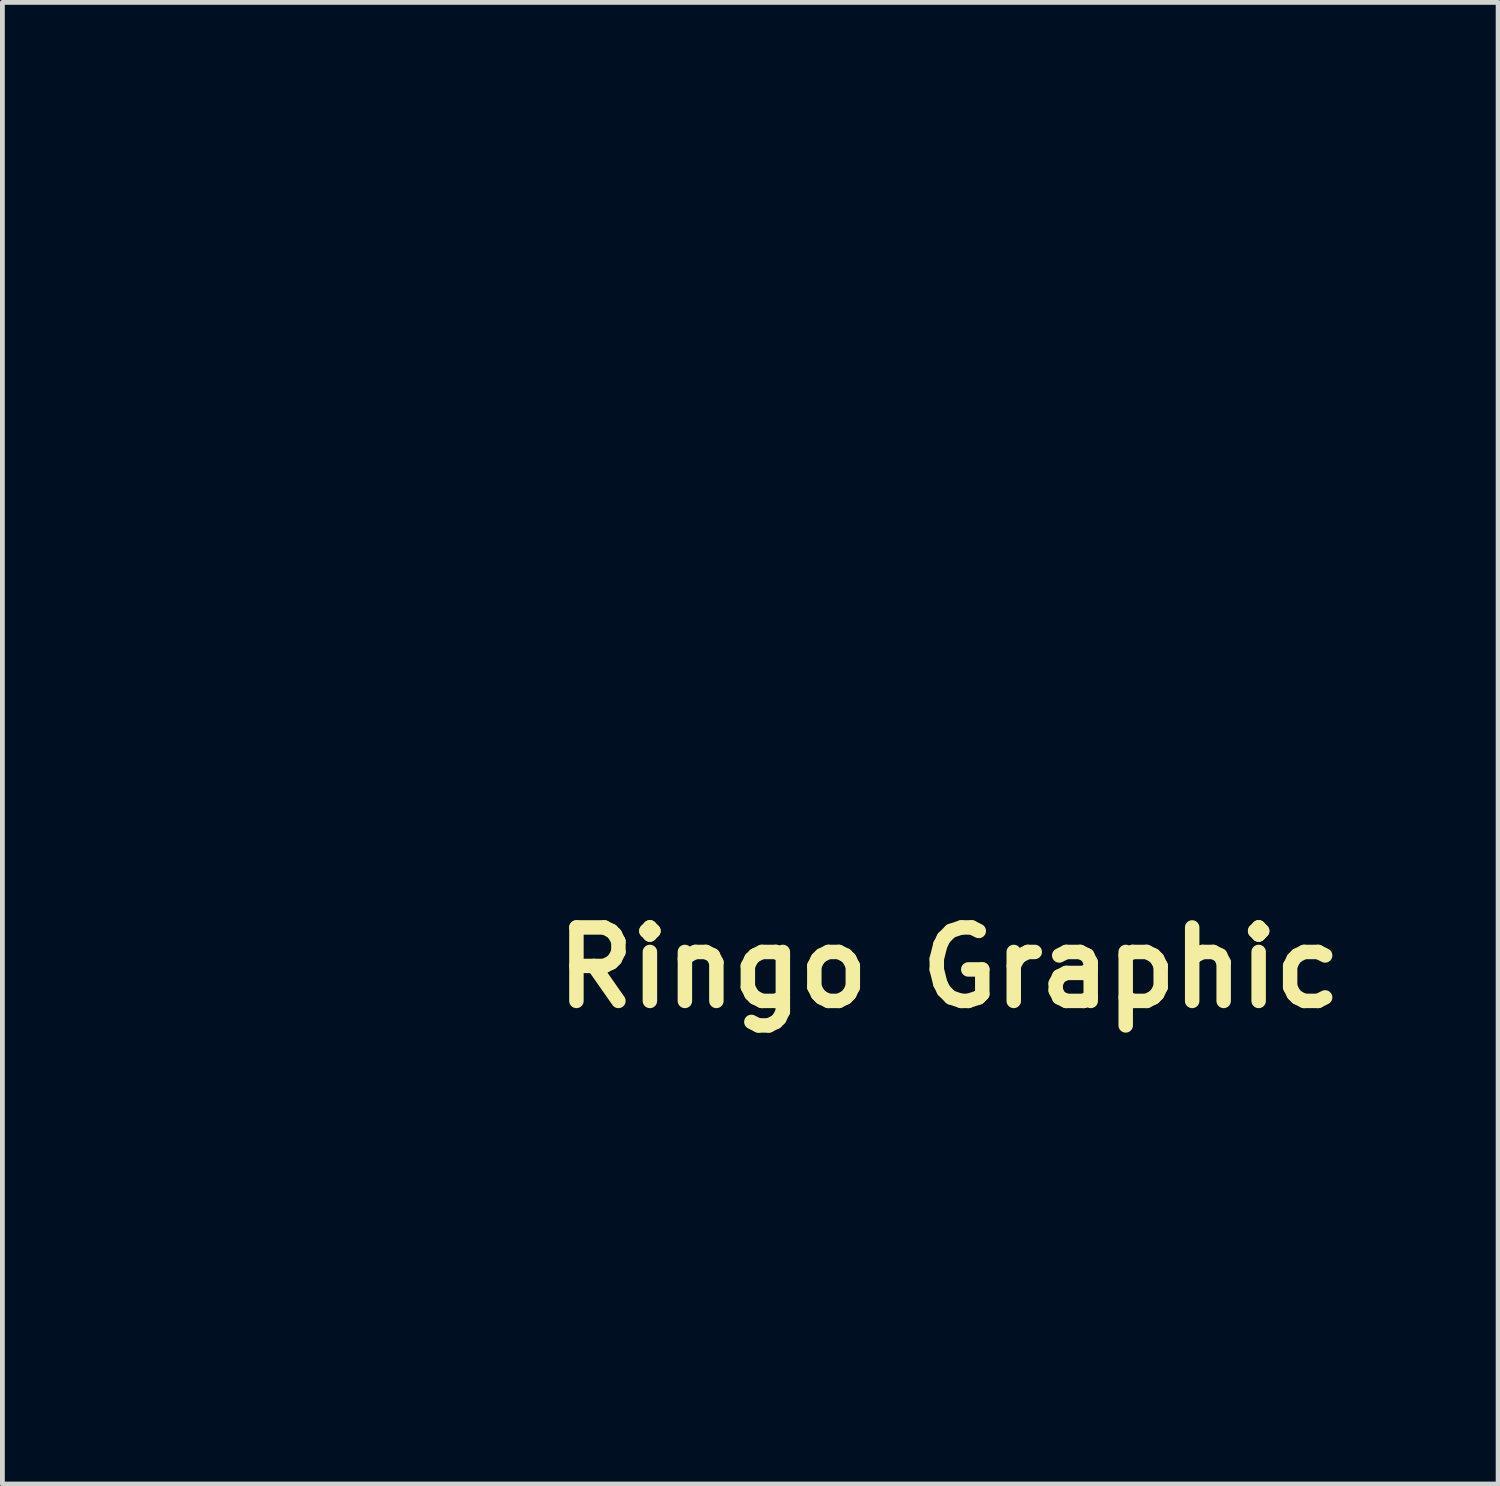
<source format=kicad_pcb>
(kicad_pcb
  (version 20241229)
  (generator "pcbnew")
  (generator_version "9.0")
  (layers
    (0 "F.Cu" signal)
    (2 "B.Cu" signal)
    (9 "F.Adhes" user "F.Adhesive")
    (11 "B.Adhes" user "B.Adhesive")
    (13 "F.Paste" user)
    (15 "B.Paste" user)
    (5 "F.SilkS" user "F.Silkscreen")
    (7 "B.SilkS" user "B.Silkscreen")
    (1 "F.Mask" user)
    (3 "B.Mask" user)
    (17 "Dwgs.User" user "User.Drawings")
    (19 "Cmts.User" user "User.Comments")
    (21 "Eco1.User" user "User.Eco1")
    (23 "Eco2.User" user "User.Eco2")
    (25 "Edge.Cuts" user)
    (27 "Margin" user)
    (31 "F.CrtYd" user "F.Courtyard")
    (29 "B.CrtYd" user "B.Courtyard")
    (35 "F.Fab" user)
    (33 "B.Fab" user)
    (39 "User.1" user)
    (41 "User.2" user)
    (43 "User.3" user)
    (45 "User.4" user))
  (footprint "Ringo Graphic"
    (layer "F.Cu")
    (at 16.636 17.023)
    (property "Reference" "Ringo Graphic" (at 0 0 0) (layer "F.SilkS") (effects (font (size 1.524 1.524) (thickness 0.3))))
    (attr through_hole)
    (fp_poly (pts (xy -13.887 -10.7) (xy -13.925 -10.026) (xy -13.953 -9.318) (xy -13.968 -8.699) (xy -13.969 -8.541) (xy -13.97 -7.62) (xy -14.73 -7.62) (xy -15.157 -7.63) (xy -15.394 -7.673) (xy -15.506 -7.773) (xy -15.547 -7.906) (xy -15.572 -8.131) (xy -15.602 -8.557) (xy -15.633 -9.129) (xy -15.662 -9.794) (xy -15.673 -10.065) (xy -15.741 -11.938) (xy -14.773 -11.938) (xy -13.805 -11.938) (xy -13.887 -10.7)) (stroke (width 0.01) (type solid)) (fill yes) (layer "F.Mask"))
    (fp_poly (pts (xy -15.323 -6.836) (xy -15.019 -6.739) (xy -14.711 -6.52) (xy -14.557 -6.384) (xy -14.034 -5.91) (xy -13.994 -6.384) (xy -13.951 -6.692) (xy -13.839 -6.826) (xy -13.576 -6.857) (xy -13.468 -6.858) (xy -12.981 -6.858) (xy -13.036 -5.239) (xy -13.063 -4.567) (xy -13.095 -3.935) (xy -13.127 -3.417) (xy -13.157 -3.082) (xy -13.223 -2.545) (xy -14.147 -3.241) (xy -14.563 -3.548) (xy -14.902 -3.785) (xy -15.114 -3.919) (xy -15.156 -3.937) (xy -15.202 -3.822) (xy -15.233 -3.526) (xy -15.24 -3.239) (xy -15.24 -2.54) (xy -16.107 -2.54) (xy -16.179 -3.461) (xy -16.221 -4.025) (xy -16.269 -4.718) (xy -16.316 -5.417) (xy -16.329 -5.62) (xy -16.407 -6.858) (xy -15.743 -6.858) (xy -15.323 -6.836)) (stroke (width 0.01) (type solid)) (fill yes) (layer "F.Mask"))
    (fp_poly (pts (xy -14.484 3.227) (xy -13.919 3.422) (xy -13.438 3.814) (xy -13.377 3.89) (xy -13.079 4.476) (xy -12.958 5.166) (xy -13.008 5.892) (xy -13.22 6.584) (xy -13.589 7.17) (xy -13.709 7.295) (xy -14.134 7.563) (xy -14.665 7.706) (xy -15.188 7.703) (xy -15.431 7.632) (xy -15.782 7.39) (xy -16.144 7.013) (xy -16.428 6.597) (xy -16.502 6.437) (xy -16.604 5.965) (xy -16.61 5.835) (xy -15.235 5.835) (xy -15.196 6.238) (xy -15.109 6.485) (xy -14.9 6.701) (xy -14.654 6.674) (xy -14.403 6.414) (xy -14.265 6.058) (xy -14.267 5.696) (xy -14.381 5.38) (xy -14.577 5.164) (xy -14.827 5.104) (xy -15.056 5.212) (xy -15.187 5.457) (xy -15.235 5.835) (xy -16.61 5.835) (xy -16.631 5.37) (xy -16.586 4.773) (xy -16.47 4.292) (xy -16.462 4.272) (xy -16.121 3.75) (xy -15.641 3.398) (xy -15.076 3.221) (xy -14.484 3.227)) (stroke (width 0.01) (type solid)) (fill yes) (layer "F.Mask"))
    (fp_poly (pts (xy -13.657 -1.762) (xy -13.397 -1.682) (xy -13.263 -1.486) (xy -13.214 -1.124) (xy -13.208 -0.714) (xy -13.208 -0.051) (xy -13.636 -0.051) (xy -14.043 0.014) (xy -14.387 0.161) (xy -14.685 0.478) (xy -14.81 0.877) (xy -14.767 1.281) (xy -14.558 1.615) (xy -14.311 1.77) (xy -14.028 1.832) (xy -13.894 1.724) (xy -13.885 1.418) (xy -13.909 1.257) (xy -13.992 0.762) (xy -12.837 0.762) (xy -12.913 1.619) (xy -12.956 2.055) (xy -12.995 2.377) (xy -13.022 2.516) (xy -13.022 2.516) (xy -13.18 2.564) (xy -13.509 2.595) (xy -13.927 2.608) (xy -14.352 2.602) (xy -14.699 2.574) (xy -14.816 2.553) (xy -15.496 2.28) (xy -16.031 1.865) (xy -16.281 1.524) (xy -16.444 1.035) (xy -16.495 0.437) (xy -16.438 -0.17) (xy -16.279 -0.687) (xy -16.179 -0.856) (xy -15.721 -1.288) (xy -15.098 -1.601) (xy -14.38 -1.763) (xy -14.084 -1.778) (xy -13.657 -1.762)) (stroke (width 0.01) (type solid)) (fill yes) (layer "F.Mask"))
    (fp_poly (pts (xy -14.543 -16.995) (xy -13.997 -16.914) (xy -13.59 -16.756) (xy -13.266 -16.504) (xy -13.092 -16.305) (xy -12.868 -15.834) (xy -12.828 -15.288) (xy -12.958 -14.751) (xy -13.245 -14.306) (xy -13.432 -14.15) (xy -13.744 -13.946) (xy -13.285 -13.476) (xy -12.826 -13.005) (xy -13.385 -12.733) (xy -13.727 -12.578) (xy -13.924 -12.534) (xy -14.056 -12.597) (xy -14.132 -12.676) (xy -14.325 -12.942) (xy -14.521 -13.271) (xy -14.722 -13.652) (xy -14.727 -13.176) (xy -14.732 -12.7) (xy -15.492 -12.7) (xy -15.788 -12.698) (xy -16.008 -12.715) (xy -16.164 -12.785) (xy -16.268 -12.939) (xy -16.334 -13.212) (xy -16.373 -13.636) (xy -16.399 -14.245) (xy -16.415 -14.787) (xy -14.732 -14.787) (xy -14.712 -14.486) (xy -14.62 -14.373) (xy -14.446 -14.374) (xy -14.192 -14.516) (xy -14.118 -14.718) (xy -14.176 -15.038) (xy -14.426 -15.218) (xy -14.573 -15.238) (xy -14.687 -15.124) (xy -14.732 -14.808) (xy -14.732 -14.787) (xy -16.415 -14.787) (xy -16.424 -15.072) (xy -16.426 -15.145) (xy -16.484 -17.018) (xy -15.284 -17.018) (xy -14.543 -16.995)) (stroke (width 0.01) (type solid)) (fill yes) (layer "F.Mask")))
  (gr_rect
    (start -3 -3)
    (end 28.026 27.734)
    (stroke (width 0.1) (type default))
    (fill no)
    (layer "Edge.Cuts")))
</source>
